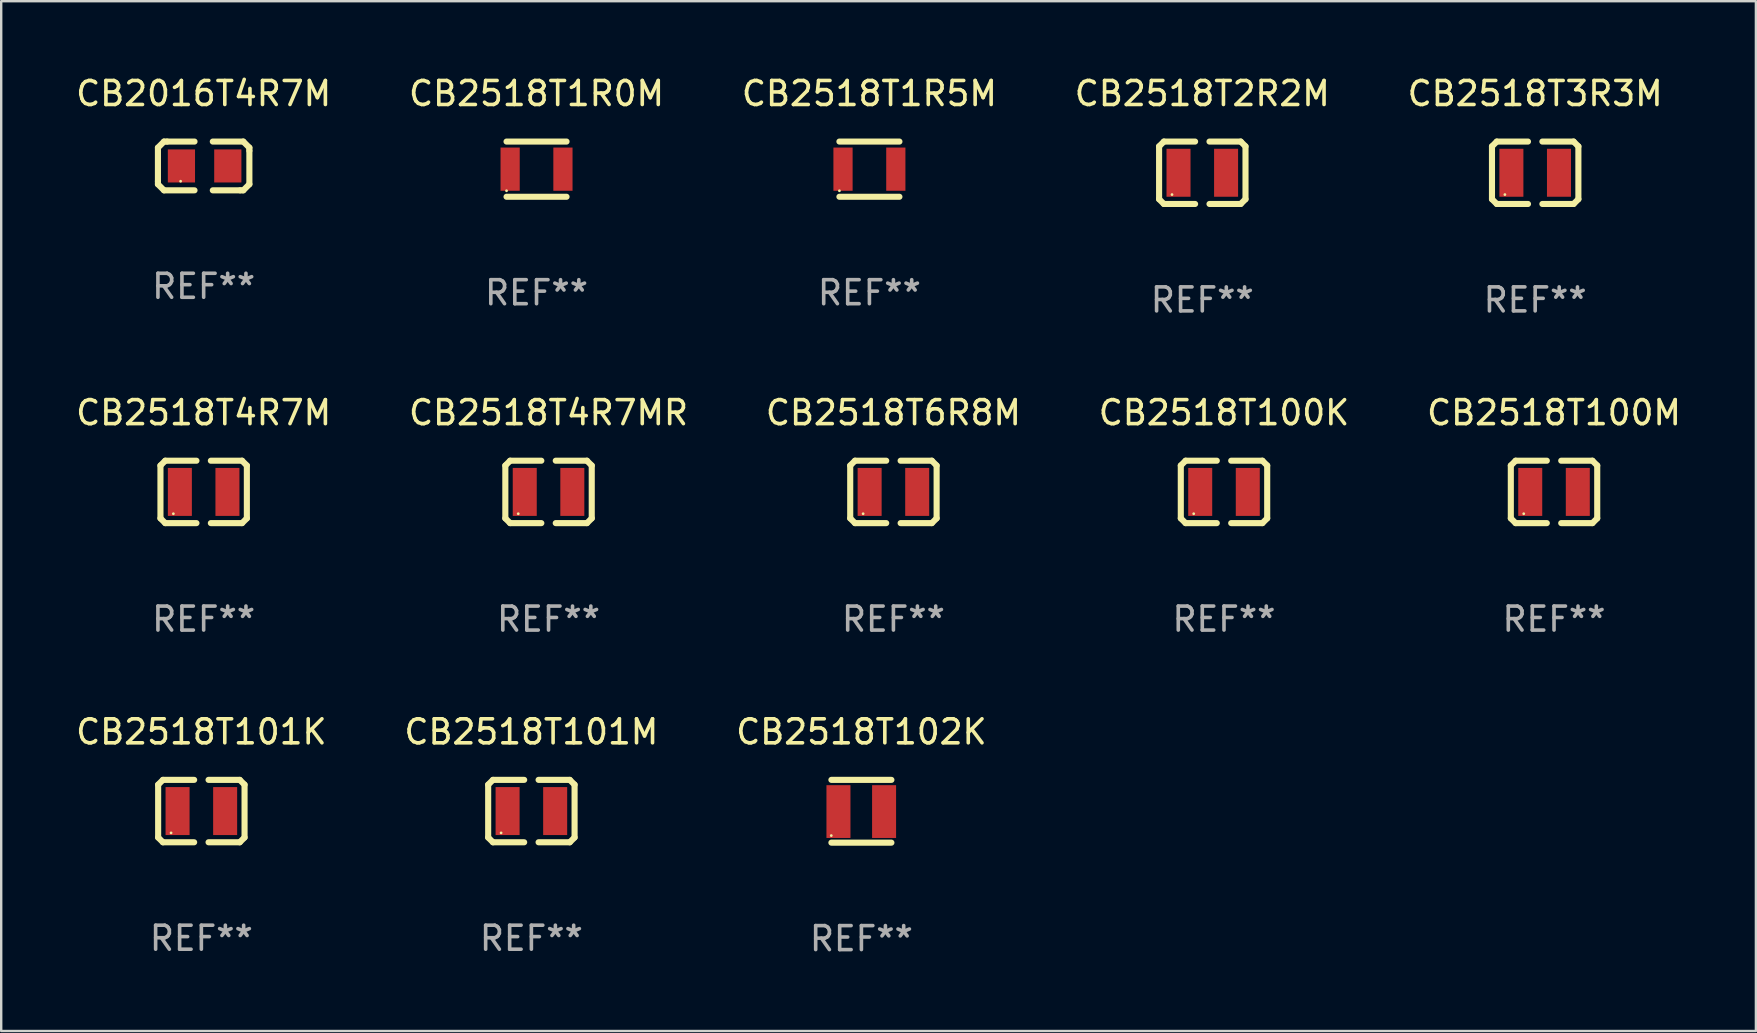
<source format=kicad_pcb>
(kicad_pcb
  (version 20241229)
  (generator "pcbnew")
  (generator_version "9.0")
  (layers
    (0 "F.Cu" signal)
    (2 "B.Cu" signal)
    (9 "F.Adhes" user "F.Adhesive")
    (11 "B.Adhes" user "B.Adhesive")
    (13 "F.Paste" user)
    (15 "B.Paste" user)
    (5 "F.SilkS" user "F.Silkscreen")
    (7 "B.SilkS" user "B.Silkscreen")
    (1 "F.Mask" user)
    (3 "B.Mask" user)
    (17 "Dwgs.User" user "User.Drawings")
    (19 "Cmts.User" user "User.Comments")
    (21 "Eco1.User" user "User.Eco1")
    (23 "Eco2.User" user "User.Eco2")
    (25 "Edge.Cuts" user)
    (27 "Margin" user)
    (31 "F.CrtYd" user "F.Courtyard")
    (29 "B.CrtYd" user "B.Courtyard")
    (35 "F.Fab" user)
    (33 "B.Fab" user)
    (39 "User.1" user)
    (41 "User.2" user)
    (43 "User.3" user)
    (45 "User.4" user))
  (footprint "CB2518T102K"
    (layer "F.Cu")
    (at 32.839 30.75)
    (property "Reference" "CB2518T102K" (at 0 -3.308 0) (layer "F.SilkS") (effects (font (size 1 1) (thickness 0.15))))
    (attr through_hole)
    (fp_line (start -1.25 -1.308) (end 1.25 -1.308) (stroke (width 0.254) (type solid)) (layer "F.SilkS"))
    (fp_line (start -1.25 1.308) (end 1.25 1.308) (stroke (width 0.254) (type solid)) (layer "F.SilkS"))
    (fp_circle (center -1.255 1.013) (end -1.225 1.013) (stroke (width 0.06) (type solid)) (fill no) (layer "F.SilkS"))
    (fp_text user "REF**" (at 0 5.308 0) (layer "F.Fab") (effects (font (size 1 1) (thickness 0.15))))
    (pad "1" smd rect (at -0.956 0.013) (size 1 2.2) (layers "F.Cu" "F.Mask" "F.Paste"))
    (pad "2" smd rect (at 0.945 0.013) (size 1 2.2) (layers "F.Cu" "F.Mask" "F.Paste")))
  (footprint "CB2518T4R7M"
    (layer "F.Cu")
    (at 5.435 17.445)
    (property "Reference" "CB2518T4R7M" (at 0 -3.3 0) (layer "F.SilkS") (effects (font (size 1 1) (thickness 0.15))))
    (attr through_hole)
    (fp_line (start -1.8 -1.1) (end -1.8 1.1) (stroke (width 0.254) (type solid)) (layer "F.SilkS"))
    (fp_line (start -1.8 1.1) (end -1.6 1.3) (stroke (width 0.254) (type solid)) (layer "F.SilkS"))
    (fp_line (start -1.6 -1.3) (end -1.8 -1.1) (stroke (width 0.254) (type solid)) (layer "F.SilkS"))
    (fp_line (start -1.6 1.3) (end -0.3 1.3) (stroke (width 0.254) (type solid)) (layer "F.SilkS"))
    (fp_line (start -0.3 -1.3) (end -1.6 -1.3) (stroke (width 0.254) (type solid)) (layer "F.SilkS"))
    (fp_line (start 0.3 1.3) (end 1.6 1.3) (stroke (width 0.254) (type solid)) (layer "F.SilkS"))
    (fp_line (start 1.6 -1.3) (end 0.3 -1.3) (stroke (width 0.254) (type solid)) (layer "F.SilkS"))
    (fp_line (start 1.6 1.3) (end 1.8 1.1) (stroke (width 0.254) (type solid)) (layer "F.SilkS"))
    (fp_line (start 1.8 -1.1) (end 1.6 -1.3) (stroke (width 0.254) (type solid)) (layer "F.SilkS"))
    (fp_line (start 1.8 1.1) (end 1.8 -1.1) (stroke (width 0.254) (type solid)) (layer "F.SilkS"))
    (fp_circle (center -1.262 0.909) (end -1.232 0.909) (stroke (width 0.06) (type solid)) (fill no) (layer "F.SilkS"))
    (fp_text user "REF**" (at 0 5.3 0) (layer "F.Fab") (effects (font (size 1 1) (thickness 0.15))))
    (pad "1" smd rect (at -0.991 -0.00014 90) (size 1.999 1) (layers "F.Cu" "F.Mask" "F.Paste"))
    (pad "2" smd rect (at 0.991 -0.00014 90) (size 1.999 1) (layers "F.Cu" "F.Mask" "F.Paste")))
  (footprint "CB2518T100K"
    (layer "F.Cu")
    (at 47.946 17.445)
    (property "Reference" "CB2518T100K" (at 0 -3.3 0) (layer "F.SilkS") (effects (font (size 1 1) (thickness 0.15))))
    (attr through_hole)
    (fp_line (start -1.8 -1.1) (end -1.8 1.1) (stroke (width 0.254) (type solid)) (layer "F.SilkS"))
    (fp_line (start -1.8 1.1) (end -1.6 1.3) (stroke (width 0.254) (type solid)) (layer "F.SilkS"))
    (fp_line (start -1.6 -1.3) (end -1.8 -1.1) (stroke (width 0.254) (type solid)) (layer "F.SilkS"))
    (fp_line (start -1.6 1.3) (end -0.3 1.3) (stroke (width 0.254) (type solid)) (layer "F.SilkS"))
    (fp_line (start -0.3 -1.3) (end -1.6 -1.3) (stroke (width 0.254) (type solid)) (layer "F.SilkS"))
    (fp_line (start 0.3 1.3) (end 1.6 1.3) (stroke (width 0.254) (type solid)) (layer "F.SilkS"))
    (fp_line (start 1.6 -1.3) (end 0.3 -1.3) (stroke (width 0.254) (type solid)) (layer "F.SilkS"))
    (fp_line (start 1.6 1.3) (end 1.8 1.1) (stroke (width 0.254) (type solid)) (layer "F.SilkS"))
    (fp_line (start 1.8 -1.1) (end 1.6 -1.3) (stroke (width 0.254) (type solid)) (layer "F.SilkS"))
    (fp_line (start 1.8 1.1) (end 1.8 -1.1) (stroke (width 0.254) (type solid)) (layer "F.SilkS"))
    (fp_circle (center -1.262 0.909) (end -1.232 0.909) (stroke (width 0.06) (type solid)) (fill no) (layer "F.SilkS"))
    (fp_text user "REF**" (at 0 5.3 0) (layer "F.Fab") (effects (font (size 1 1) (thickness 0.15))))
    (pad "1" smd rect (at -0.991 -0.00014 90) (size 1.999 1) (layers "F.Cu" "F.Mask" "F.Paste"))
    (pad "2" smd rect (at 0.991 -0.00014 90) (size 1.999 1) (layers "F.Cu" "F.Mask" "F.Paste")))
  (footprint "CB2518T100M"
    (layer "F.Cu")
    (at 61.696 17.445)
    (property "Reference" "CB2518T100M" (at 0 -3.3 0) (layer "F.SilkS") (effects (font (size 1 1) (thickness 0.15))))
    (attr through_hole)
    (fp_line (start -1.8 -1.1) (end -1.8 1.1) (stroke (width 0.254) (type solid)) (layer "F.SilkS"))
    (fp_line (start -1.8 1.1) (end -1.6 1.3) (stroke (width 0.254) (type solid)) (layer "F.SilkS"))
    (fp_line (start -1.6 -1.3) (end -1.8 -1.1) (stroke (width 0.254) (type solid)) (layer "F.SilkS"))
    (fp_line (start -1.6 1.3) (end -0.3 1.3) (stroke (width 0.254) (type solid)) (layer "F.SilkS"))
    (fp_line (start -0.3 -1.3) (end -1.6 -1.3) (stroke (width 0.254) (type solid)) (layer "F.SilkS"))
    (fp_line (start 0.3 1.3) (end 1.6 1.3) (stroke (width 0.254) (type solid)) (layer "F.SilkS"))
    (fp_line (start 1.6 -1.3) (end 0.3 -1.3) (stroke (width 0.254) (type solid)) (layer "F.SilkS"))
    (fp_line (start 1.6 1.3) (end 1.8 1.1) (stroke (width 0.254) (type solid)) (layer "F.SilkS"))
    (fp_line (start 1.8 -1.1) (end 1.6 -1.3) (stroke (width 0.254) (type solid)) (layer "F.SilkS"))
    (fp_line (start 1.8 1.1) (end 1.8 -1.1) (stroke (width 0.254) (type solid)) (layer "F.SilkS"))
    (fp_circle (center -1.262 0.909) (end -1.232 0.909) (stroke (width 0.06) (type solid)) (fill no) (layer "F.SilkS"))
    (fp_text user "REF**" (at 0 5.3 0) (layer "F.Fab") (effects (font (size 1 1) (thickness 0.15))))
    (pad "1" smd rect (at -0.991 -0.00014 90) (size 1.999 1) (layers "F.Cu" "F.Mask" "F.Paste"))
    (pad "2" smd rect (at 0.991 -0.00014 90) (size 1.999 1) (layers "F.Cu" "F.Mask" "F.Paste")))
  (footprint "CB2518T6R8M"
    (layer "F.Cu")
    (at 34.173 17.445)
    (property "Reference" "CB2518T6R8M" (at 0 -3.3 0) (layer "F.SilkS") (effects (font (size 1 1) (thickness 0.15))))
    (attr through_hole)
    (fp_line (start -1.8 -1.1) (end -1.8 1.1) (stroke (width 0.254) (type solid)) (layer "F.SilkS"))
    (fp_line (start -1.8 1.1) (end -1.6 1.3) (stroke (width 0.254) (type solid)) (layer "F.SilkS"))
    (fp_line (start -1.6 -1.3) (end -1.8 -1.1) (stroke (width 0.254) (type solid)) (layer "F.SilkS"))
    (fp_line (start -1.6 1.3) (end -0.3 1.3) (stroke (width 0.254) (type solid)) (layer "F.SilkS"))
    (fp_line (start -0.3 -1.3) (end -1.6 -1.3) (stroke (width 0.254) (type solid)) (layer "F.SilkS"))
    (fp_line (start 0.3 1.3) (end 1.6 1.3) (stroke (width 0.254) (type solid)) (layer "F.SilkS"))
    (fp_line (start 1.6 -1.3) (end 0.3 -1.3) (stroke (width 0.254) (type solid)) (layer "F.SilkS"))
    (fp_line (start 1.6 1.3) (end 1.8 1.1) (stroke (width 0.254) (type solid)) (layer "F.SilkS"))
    (fp_line (start 1.8 -1.1) (end 1.6 -1.3) (stroke (width 0.254) (type solid)) (layer "F.SilkS"))
    (fp_line (start 1.8 1.1) (end 1.8 -1.1) (stroke (width 0.254) (type solid)) (layer "F.SilkS"))
    (fp_circle (center -1.262 0.909) (end -1.232 0.909) (stroke (width 0.06) (type solid)) (fill no) (layer "F.SilkS"))
    (fp_text user "REF**" (at 0 5.3 0) (layer "F.Fab") (effects (font (size 1 1) (thickness 0.15))))
    (pad "1" smd rect (at -0.991 -0.00014 90) (size 1.999 1) (layers "F.Cu" "F.Mask" "F.Paste"))
    (pad "2" smd rect (at 0.991 -0.00014 90) (size 1.999 1) (layers "F.Cu" "F.Mask" "F.Paste")))
  (footprint "CB2518T101K"
    (layer "F.Cu")
    (at 5.339 30.742)
    (property "Reference" "CB2518T101K" (at 0 -3.3 0) (layer "F.SilkS") (effects (font (size 1 1) (thickness 0.15))))
    (attr through_hole)
    (fp_line (start -1.8 -1.1) (end -1.8 1.1) (stroke (width 0.254) (type solid)) (layer "F.SilkS"))
    (fp_line (start -1.8 1.1) (end -1.6 1.3) (stroke (width 0.254) (type solid)) (layer "F.SilkS"))
    (fp_line (start -1.6 -1.3) (end -1.8 -1.1) (stroke (width 0.254) (type solid)) (layer "F.SilkS"))
    (fp_line (start -1.6 1.3) (end -0.3 1.3) (stroke (width 0.254) (type solid)) (layer "F.SilkS"))
    (fp_line (start -0.3 -1.3) (end -1.6 -1.3) (stroke (width 0.254) (type solid)) (layer "F.SilkS"))
    (fp_line (start 0.3 1.3) (end 1.6 1.3) (stroke (width 0.254) (type solid)) (layer "F.SilkS"))
    (fp_line (start 1.6 -1.3) (end 0.3 -1.3) (stroke (width 0.254) (type solid)) (layer "F.SilkS"))
    (fp_line (start 1.6 1.3) (end 1.8 1.1) (stroke (width 0.254) (type solid)) (layer "F.SilkS"))
    (fp_line (start 1.8 -1.1) (end 1.6 -1.3) (stroke (width 0.254) (type solid)) (layer "F.SilkS"))
    (fp_line (start 1.8 1.1) (end 1.8 -1.1) (stroke (width 0.254) (type solid)) (layer "F.SilkS"))
    (fp_circle (center -1.262 0.909) (end -1.232 0.909) (stroke (width 0.06) (type solid)) (fill no) (layer "F.SilkS"))
    (fp_text user "REF**" (at 0 5.3 0) (layer "F.Fab") (effects (font (size 1 1) (thickness 0.15))))
    (pad "1" smd rect (at -0.991 -0.00014 90) (size 1.999 1) (layers "F.Cu" "F.Mask" "F.Paste"))
    (pad "2" smd rect (at 0.991 -0.00014 90) (size 1.999 1) (layers "F.Cu" "F.Mask" "F.Paste")))
  (footprint "CB2518T1R0M"
    (layer "F.Cu")
    (at 19.304 3.998)
    (property "Reference" "CB2518T1R0M" (at 0 -3.15 0) (layer "F.SilkS") (effects (font (size 1 1) (thickness 0.15))))
    (attr through_hole)
    (fp_line (start -1.25 -1.15) (end 1.25 -1.15) (stroke (width 0.254) (type solid)) (layer "F.SilkS"))
    (fp_line (start -1.25 1.15) (end 1.25 1.15) (stroke (width 0.254) (type solid)) (layer "F.SilkS"))
    (fp_circle (center -1.25 0.9) (end -1.22 0.9) (stroke (width 0.06) (type solid)) (fill no) (layer "F.SilkS"))
    (fp_text user "REF**" (at 0 5.15 0) (layer "F.Fab") (effects (font (size 1 1) (thickness 0.15))))
    (pad "1" smd rect (at -1.1 0 90) (size 1.8 0.8) (layers "F.Cu" "F.Mask" "F.Paste"))
    (pad "2" smd rect (at 1.1 0 90) (size 1.8 0.8) (layers "F.Cu" "F.Mask" "F.Paste")))
  (footprint "CB2518T3R3M"
    (layer "F.Cu")
    (at 60.911 4.148)
    (property "Reference" "CB2518T3R3M" (at 0 -3.3 0) (layer "F.SilkS") (effects (font (size 1 1) (thickness 0.15))))
    (attr through_hole)
    (fp_line (start -1.8 -1.1) (end -1.8 1.1) (stroke (width 0.254) (type solid)) (layer "F.SilkS"))
    (fp_line (start -1.8 1.1) (end -1.6 1.3) (stroke (width 0.254) (type solid)) (layer "F.SilkS"))
    (fp_line (start -1.6 -1.3) (end -1.8 -1.1) (stroke (width 0.254) (type solid)) (layer "F.SilkS"))
    (fp_line (start -1.6 1.3) (end -0.3 1.3) (stroke (width 0.254) (type solid)) (layer "F.SilkS"))
    (fp_line (start -0.3 -1.3) (end -1.6 -1.3) (stroke (width 0.254) (type solid)) (layer "F.SilkS"))
    (fp_line (start 0.3 1.3) (end 1.6 1.3) (stroke (width 0.254) (type solid)) (layer "F.SilkS"))
    (fp_line (start 1.6 -1.3) (end 0.3 -1.3) (stroke (width 0.254) (type solid)) (layer "F.SilkS"))
    (fp_line (start 1.6 1.3) (end 1.8 1.1) (stroke (width 0.254) (type solid)) (layer "F.SilkS"))
    (fp_line (start 1.8 -1.1) (end 1.6 -1.3) (stroke (width 0.254) (type solid)) (layer "F.SilkS"))
    (fp_line (start 1.8 1.1) (end 1.8 -1.1) (stroke (width 0.254) (type solid)) (layer "F.SilkS"))
    (fp_circle (center -1.262 0.909) (end -1.232 0.909) (stroke (width 0.06) (type solid)) (fill no) (layer "F.SilkS"))
    (fp_text user "REF**" (at 0 5.3 0) (layer "F.Fab") (effects (font (size 1 1) (thickness 0.15))))
    (pad "1" smd rect (at -0.991 -0.00014 90) (size 1.999 1) (layers "F.Cu" "F.Mask" "F.Paste"))
    (pad "2" smd rect (at 0.991 -0.00014 90) (size 1.999 1) (layers "F.Cu" "F.Mask" "F.Paste")))
  (footprint "CB2518T1R5M"
    (layer "F.Cu")
    (at 33.173 3.998)
    (property "Reference" "CB2518T1R5M" (at 0 -3.15 0) (layer "F.SilkS") (effects (font (size 1 1) (thickness 0.15))))
    (attr through_hole)
    (fp_line (start -1.25 -1.15) (end 1.25 -1.15) (stroke (width 0.254) (type solid)) (layer "F.SilkS"))
    (fp_line (start -1.25 1.15) (end 1.25 1.15) (stroke (width 0.254) (type solid)) (layer "F.SilkS"))
    (fp_circle (center -1.25 0.9) (end -1.22 0.9) (stroke (width 0.06) (type solid)) (fill no) (layer "F.SilkS"))
    (fp_text user "REF**" (at 0 5.15 0) (layer "F.Fab") (effects (font (size 1 1) (thickness 0.15))))
    (pad "1" smd rect (at -1.1 0 90) (size 1.8 0.8) (layers "F.Cu" "F.Mask" "F.Paste"))
    (pad "2" smd rect (at 1.1 0 90) (size 1.8 0.8) (layers "F.Cu" "F.Mask" "F.Paste")))
  (footprint "CB2518T4R7MR"
    (layer "F.Cu")
    (at 19.804 17.445)
    (property "Reference" "CB2518T4R7MR" (at 0 -3.3 0) (layer "F.SilkS") (effects (font (size 1 1) (thickness 0.15))))
    (attr through_hole)
    (fp_line (start -1.8 -1.1) (end -1.8 1.1) (stroke (width 0.254) (type solid)) (layer "F.SilkS"))
    (fp_line (start -1.8 1.1) (end -1.6 1.3) (stroke (width 0.254) (type solid)) (layer "F.SilkS"))
    (fp_line (start -1.6 -1.3) (end -1.8 -1.1) (stroke (width 0.254) (type solid)) (layer "F.SilkS"))
    (fp_line (start -1.6 1.3) (end -0.3 1.3) (stroke (width 0.254) (type solid)) (layer "F.SilkS"))
    (fp_line (start -0.3 -1.3) (end -1.6 -1.3) (stroke (width 0.254) (type solid)) (layer "F.SilkS"))
    (fp_line (start 0.3 1.3) (end 1.6 1.3) (stroke (width 0.254) (type solid)) (layer "F.SilkS"))
    (fp_line (start 1.6 -1.3) (end 0.3 -1.3) (stroke (width 0.254) (type solid)) (layer "F.SilkS"))
    (fp_line (start 1.6 1.3) (end 1.8 1.1) (stroke (width 0.254) (type solid)) (layer "F.SilkS"))
    (fp_line (start 1.8 -1.1) (end 1.6 -1.3) (stroke (width 0.254) (type solid)) (layer "F.SilkS"))
    (fp_line (start 1.8 1.1) (end 1.8 -1.1) (stroke (width 0.254) (type solid)) (layer "F.SilkS"))
    (fp_circle (center -1.262 0.909) (end -1.232 0.909) (stroke (width 0.06) (type solid)) (fill no) (layer "F.SilkS"))
    (fp_text user "REF**" (at 0 5.3 0) (layer "F.Fab") (effects (font (size 1 1) (thickness 0.15))))
    (pad "1" smd rect (at -0.991 -0.00014 90) (size 1.999 1) (layers "F.Cu" "F.Mask" "F.Paste"))
    (pad "2" smd rect (at 0.991 -0.00014 90) (size 1.999 1) (layers "F.Cu" "F.Mask" "F.Paste")))
  (footprint "CB2518T2R2M"
    (layer "F.Cu")
    (at 47.042 4.148)
    (property "Reference" "CB2518T2R2M" (at 0 -3.3 0) (layer "F.SilkS") (effects (font (size 1 1) (thickness 0.15))))
    (attr through_hole)
    (fp_line (start -1.8 -1.1) (end -1.8 1.1) (stroke (width 0.254) (type solid)) (layer "F.SilkS"))
    (fp_line (start -1.8 1.1) (end -1.6 1.3) (stroke (width 0.254) (type solid)) (layer "F.SilkS"))
    (fp_line (start -1.6 -1.3) (end -1.8 -1.1) (stroke (width 0.254) (type solid)) (layer "F.SilkS"))
    (fp_line (start -1.6 1.3) (end -0.3 1.3) (stroke (width 0.254) (type solid)) (layer "F.SilkS"))
    (fp_line (start -0.3 -1.3) (end -1.6 -1.3) (stroke (width 0.254) (type solid)) (layer "F.SilkS"))
    (fp_line (start 0.3 1.3) (end 1.6 1.3) (stroke (width 0.254) (type solid)) (layer "F.SilkS"))
    (fp_line (start 1.6 -1.3) (end 0.3 -1.3) (stroke (width 0.254) (type solid)) (layer "F.SilkS"))
    (fp_line (start 1.6 1.3) (end 1.8 1.1) (stroke (width 0.254) (type solid)) (layer "F.SilkS"))
    (fp_line (start 1.8 -1.1) (end 1.6 -1.3) (stroke (width 0.254) (type solid)) (layer "F.SilkS"))
    (fp_line (start 1.8 1.1) (end 1.8 -1.1) (stroke (width 0.254) (type solid)) (layer "F.SilkS"))
    (fp_circle (center -1.262 0.909) (end -1.232 0.909) (stroke (width 0.06) (type solid)) (fill no) (layer "F.SilkS"))
    (fp_text user "REF**" (at 0 5.3 0) (layer "F.Fab") (effects (font (size 1 1) (thickness 0.15))))
    (pad "1" smd rect (at -0.991 -0.00014 90) (size 1.999 1) (layers "F.Cu" "F.Mask" "F.Paste"))
    (pad "2" smd rect (at 0.991 -0.00014 90) (size 1.999 1) (layers "F.Cu" "F.Mask" "F.Paste")))
  (footprint "CB2518T101M"
    (layer "F.Cu")
    (at 19.089 30.742)
    (property "Reference" "CB2518T101M" (at 0 -3.3 0) (layer "F.SilkS") (effects (font (size 1 1) (thickness 0.15))))
    (attr through_hole)
    (fp_line (start -1.8 -1.1) (end -1.8 1.1) (stroke (width 0.254) (type solid)) (layer "F.SilkS"))
    (fp_line (start -1.8 1.1) (end -1.6 1.3) (stroke (width 0.254) (type solid)) (layer "F.SilkS"))
    (fp_line (start -1.6 -1.3) (end -1.8 -1.1) (stroke (width 0.254) (type solid)) (layer "F.SilkS"))
    (fp_line (start -1.6 1.3) (end -0.3 1.3) (stroke (width 0.254) (type solid)) (layer "F.SilkS"))
    (fp_line (start -0.3 -1.3) (end -1.6 -1.3) (stroke (width 0.254) (type solid)) (layer "F.SilkS"))
    (fp_line (start 0.3 1.3) (end 1.6 1.3) (stroke (width 0.254) (type solid)) (layer "F.SilkS"))
    (fp_line (start 1.6 -1.3) (end 0.3 -1.3) (stroke (width 0.254) (type solid)) (layer "F.SilkS"))
    (fp_line (start 1.6 1.3) (end 1.8 1.1) (stroke (width 0.254) (type solid)) (layer "F.SilkS"))
    (fp_line (start 1.8 -1.1) (end 1.6 -1.3) (stroke (width 0.254) (type solid)) (layer "F.SilkS"))
    (fp_line (start 1.8 1.1) (end 1.8 -1.1) (stroke (width 0.254) (type solid)) (layer "F.SilkS"))
    (fp_circle (center -1.262 0.909) (end -1.232 0.909) (stroke (width 0.06) (type solid)) (fill no) (layer "F.SilkS"))
    (fp_text user "REF**" (at 0 5.3 0) (layer "F.Fab") (effects (font (size 1 1) (thickness 0.15))))
    (pad "1" smd rect (at -0.991 -0.00014 90) (size 1.999 1) (layers "F.Cu" "F.Mask" "F.Paste"))
    (pad "2" smd rect (at 0.991 -0.00014 90) (size 1.999 1) (layers "F.Cu" "F.Mask" "F.Paste")))
  (footprint "CB2016T4R7M"
    (layer "F.Cu")
    (at 5.435 3.864)
    (property "Reference" "CB2016T4R7M" (at 0 -3.016 0) (layer "F.SilkS") (effects (font (size 1 1) (thickness 0.15))))
    (attr through_hole)
    (fp_line (start -1.905 -0.762) (end -1.905 0.635) (stroke (width 0.254) (type solid)) (layer "F.SilkS"))
    (fp_line (start -1.905 0.635) (end -1.905 0.762) (stroke (width 0.254) (type solid)) (layer "F.SilkS"))
    (fp_line (start -1.905 0.762) (end -1.651 1.016) (stroke (width 0.254) (type solid)) (layer "F.SilkS"))
    (fp_line (start -1.651 -1.016) (end -1.905 -0.762) (stroke (width 0.254) (type solid)) (layer "F.SilkS"))
    (fp_line (start -1.651 1.016) (end -0.381 1.016) (stroke (width 0.254) (type solid)) (layer "F.SilkS"))
    (fp_line (start -1.524 -1.016) (end -1.651 -1.016) (stroke (width 0.254) (type solid)) (layer "F.SilkS"))
    (fp_line (start -0.381 -1.016) (end -1.524 -1.016) (stroke (width 0.254) (type solid)) (layer "F.SilkS"))
    (fp_line (start 0.381 1.016) (end 1.524 1.016) (stroke (width 0.254) (type solid)) (layer "F.SilkS"))
    (fp_line (start 1.524 1.016) (end 1.651 1.016) (stroke (width 0.254) (type solid)) (layer "F.SilkS"))
    (fp_line (start 1.651 -1.016) (end 0.381 -1.016) (stroke (width 0.254) (type solid)) (layer "F.SilkS"))
    (fp_line (start 1.651 1.016) (end 1.905 0.762) (stroke (width 0.254) (type solid)) (layer "F.SilkS"))
    (fp_line (start 1.905 -0.762) (end 1.651 -1.016) (stroke (width 0.254) (type solid)) (layer "F.SilkS"))
    (fp_line (start 1.905 -0.635) (end 1.905 -0.762) (stroke (width 0.254) (type solid)) (layer "F.SilkS"))
    (fp_line (start 1.905 0.762) (end 1.905 -0.635) (stroke (width 0.254) (type solid)) (layer "F.SilkS"))
    (fp_circle (center -0.96 0.637) (end -0.93 0.637) (stroke (width 0.06) (type solid)) (fill no) (layer "F.SilkS"))
    (fp_text user "REF**" (at 0 5.016 0) (layer "F.Fab") (effects (font (size 1 1) (thickness 0.15))))
    (pad "1" smd rect (at -0.926 -0.000051) (size 1.133 1.377) (layers "F.Cu" "F.Mask" "F.Paste"))
    (pad "2" smd rect (at 1.006 -0.000051) (size 1.133 1.377) (layers "F.Cu" "F.Mask" "F.Paste")))
  (gr_rect
    (start -3 -3)
    (end 70.107 39.906)
    (stroke (width 0.1) (type default))
    (fill no)
    (layer "Edge.Cuts")))
</source>
